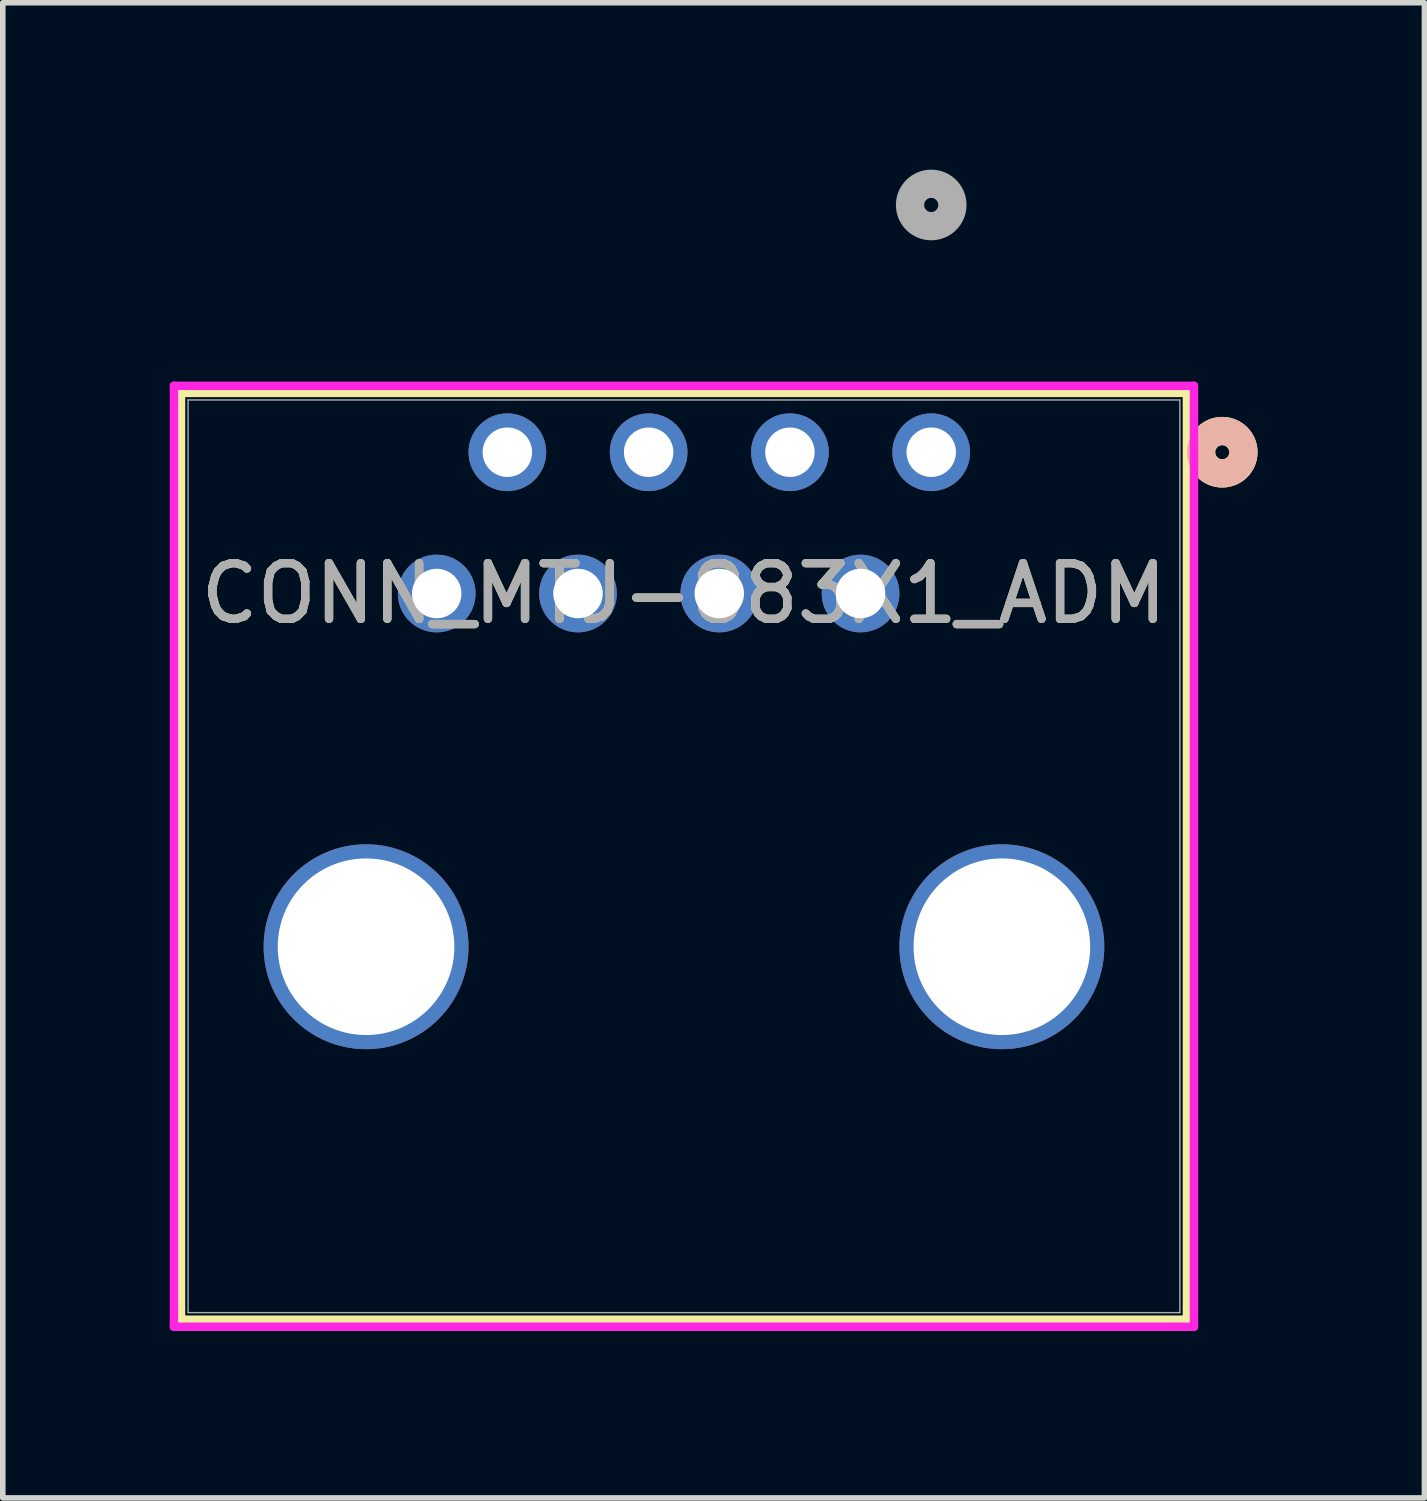
<source format=kicad_pcb>
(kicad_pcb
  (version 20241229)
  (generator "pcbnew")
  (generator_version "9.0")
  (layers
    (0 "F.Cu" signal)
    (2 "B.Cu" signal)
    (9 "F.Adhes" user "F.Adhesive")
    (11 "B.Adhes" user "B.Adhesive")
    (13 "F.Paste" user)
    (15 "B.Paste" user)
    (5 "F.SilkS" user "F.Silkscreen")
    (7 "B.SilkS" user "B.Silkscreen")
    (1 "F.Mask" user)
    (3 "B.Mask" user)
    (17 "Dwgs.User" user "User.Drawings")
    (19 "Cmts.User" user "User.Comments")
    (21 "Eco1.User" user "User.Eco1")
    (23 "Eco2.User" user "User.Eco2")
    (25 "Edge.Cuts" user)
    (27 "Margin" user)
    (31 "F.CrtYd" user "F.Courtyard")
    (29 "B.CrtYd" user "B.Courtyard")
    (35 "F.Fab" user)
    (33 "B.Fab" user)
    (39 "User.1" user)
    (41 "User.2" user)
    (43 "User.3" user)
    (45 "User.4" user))
  (footprint "CONN_MTJ-883X1_ADM"
    (layer "F.Cu")
    (at 13.691 5.08)
    (property "Reference" "CONN_MTJ-883X1_ADM" (at -4.445 2.54 0) (unlocked yes) (layer "F.SilkS") (effects (font (size 1 1) (thickness 0.15))))
    (attr through_hole)
    (fp_line (start -13.487 -1.067) (end -13.487 15.595) (stroke (width 0.152) (type solid)) (layer "F.SilkS"))
    (fp_line (start -13.487 15.595) (end 4.597 15.595) (stroke (width 0.152) (type solid)) (layer "F.SilkS"))
    (fp_line (start 4.597 -1.067) (end -13.487 -1.067) (stroke (width 0.152) (type solid)) (layer "F.SilkS"))
    (fp_line (start 4.597 15.595) (end 4.597 -1.067) (stroke (width 0.152) (type solid)) (layer "F.SilkS"))
    (fp_circle (center 5.232 0) (end 5.613 0) (stroke (width 0.508) (type solid)) (fill no) (layer "F.SilkS"))
    (fp_circle (center 5.232 0) (end 5.613 0) (stroke (width 0.508) (type solid)) (fill no) (layer "B.SilkS"))
    (fp_line (start -13.614 -1.194) (end -13.614 15.722) (stroke (width 0.152) (type solid)) (layer "F.CrtYd"))
    (fp_line (start -13.614 15.722) (end 4.724 15.722) (stroke (width 0.152) (type solid)) (layer "F.CrtYd"))
    (fp_line (start 4.724 -1.194) (end -13.614 -1.194) (stroke (width 0.152) (type solid)) (layer "F.CrtYd"))
    (fp_line (start 4.724 15.722) (end 4.724 -1.194) (stroke (width 0.152) (type solid)) (layer "F.CrtYd"))
    (fp_line (start -13.36 -0.94) (end -13.36 15.468) (stroke (width 0.025) (type solid)) (layer "F.Fab"))
    (fp_line (start -13.36 15.468) (end 4.47 15.468) (stroke (width 0.025) (type solid)) (layer "F.Fab"))
    (fp_line (start 4.47 -0.94) (end -13.36 -0.94) (stroke (width 0.025) (type solid)) (layer "F.Fab"))
    (fp_line (start 4.47 15.468) (end 4.47 -0.94) (stroke (width 0.025) (type solid)) (layer "F.Fab"))
    (fp_circle (center 0 -4.445) (end 0.381 -4.445) (stroke (width 0.508) (type solid)) (fill no) (layer "F.Fab"))
    (fp_text user "${REFERENCE}" (at -4.445 2.54 0) (unlocked yes) (layer "F.Fab") (effects (font (size 1 1) (thickness 0.15))))
    (pad "1" thru_hole circle (at 0 0) (size 1.397 1.397) (drill 0.889) (layers "*.Cu" "*.Mask"))
    (pad "2" thru_hole circle (at -1.27 2.54) (size 1.397 1.397) (drill 0.889) (layers "*.Cu" "*.Mask"))
    (pad "3" thru_hole circle (at -2.54 0) (size 1.397 1.397) (drill 0.889) (layers "*.Cu" "*.Mask"))
    (pad "4" thru_hole circle (at -3.81 2.54) (size 1.397 1.397) (drill 0.889) (layers "*.Cu" "*.Mask"))
    (pad "5" thru_hole circle (at -5.08 0) (size 1.397 1.397) (drill 0.889) (layers "*.Cu" "*.Mask"))
    (pad "6" thru_hole circle (at -6.35 2.54) (size 1.397 1.397) (drill 0.889) (layers "*.Cu" "*.Mask"))
    (pad "7" thru_hole circle (at -7.62 0) (size 1.397 1.397) (drill 0.889) (layers "*.Cu" "*.Mask"))
    (pad "8" thru_hole circle (at -8.89 2.54) (size 1.397 1.397) (drill 0.889) (layers "*.Cu" "*.Mask"))
    (pad "9" thru_hole circle (at -10.16 8.89) (size 3.683 3.683) (drill 3.175) (layers "*.Cu" "*.Mask"))
    (pad "10" thru_hole circle (at 1.27 8.89) (size 3.683 3.683) (drill 3.175) (layers "*.Cu" "*.Mask")))
  (gr_rect
    (start -3 -3)
    (end 22.558 23.879)
    (stroke (width 0.1) (type default))
    (fill no)
    (layer "Edge.Cuts")))
</source>
